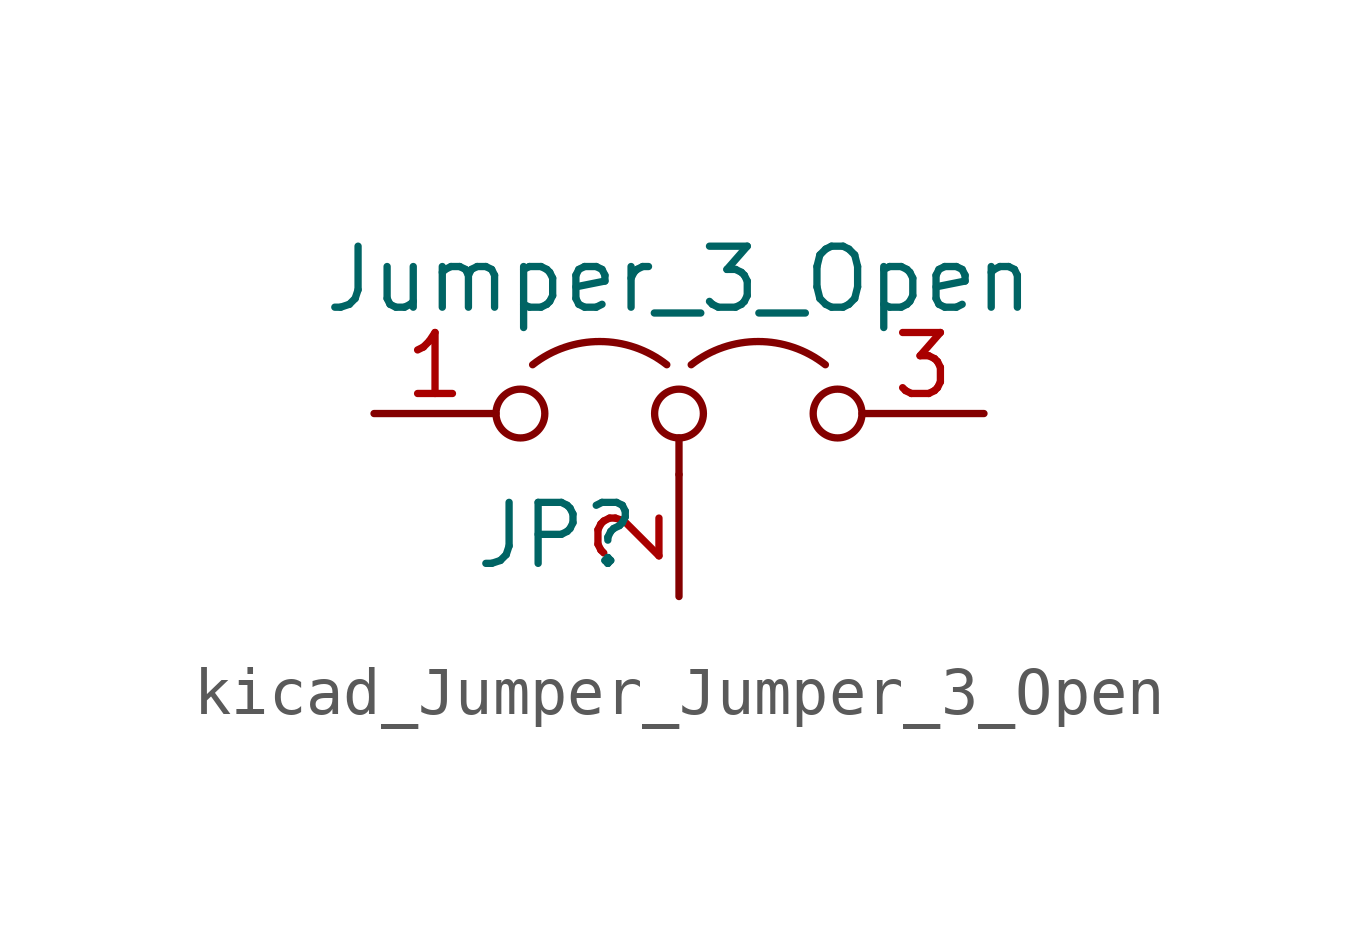
<source format=kicad_sym>
(kicad_symbol_lib
  (version 20220914)
  (generator kicad_symbol_editor)
  (symbol "kicad_Jumper_Jumper_3_Open"
    (pin_names
      (offset 0) hide)
    (property "Reference" "JP"
      (at -2.54 -2.54 0)
      (effects (font (size 1.27 1.27))))
    (property "Value" "Jumper_3_Open"
      (at 0 2.794 0)
      (effects (font (size 1.27 1.27))))
    (symbol "kicad_Jumper_Jumper_3_Open_0_0"
      (circle (center -3.302 0) (radius 0.508) (stroke (width 0) (type default)) (fill (type none)))
      (circle (center 0 0) (radius 0.508) (stroke (width 0) (type default)) (fill (type none)))
      (circle (center 3.302 0) (radius 0.508) (stroke (width 0) (type default)) (fill (type none))))
    (symbol "kicad_Jumper_Jumper_3_Open_0_1"
      (arc (start -0.254 1.016) (mid -1.651 1.4992) (end -3.048 1.016) (stroke (width 0) (type default)) (fill (type none)))
      (polyline (pts (xy 0 -0.508) (xy 0 -1.27)) (stroke (width 0) (type default)) (fill (type none)))
      (arc (start 3.048 1.016) (mid 1.651 1.4992) (end 0.254 1.016) (stroke (width 0) (type default)) (fill (type none))))
    (symbol "kicad_Jumper_Jumper_3_Open_1_1"
      (pin passive line (at -6.35 0 0) (length 2.54) (name "A" (effects (font (size 1.27 1.27)))) (number "1" (effects (font (size 1.27 1.27)))))
      (pin passive line (at 0 -3.81 90) (length 2.54) (name "C" (effects (font (size 1.27 1.27)))) (number "2" (effects (font (size 1.27 1.27)))))
      (pin passive line (at 6.35 0 180) (length 2.54) (name "B" (effects (font (size 1.27 1.27)))) (number "3" (effects (font (size 1.27 1.27))))))))
</source>
